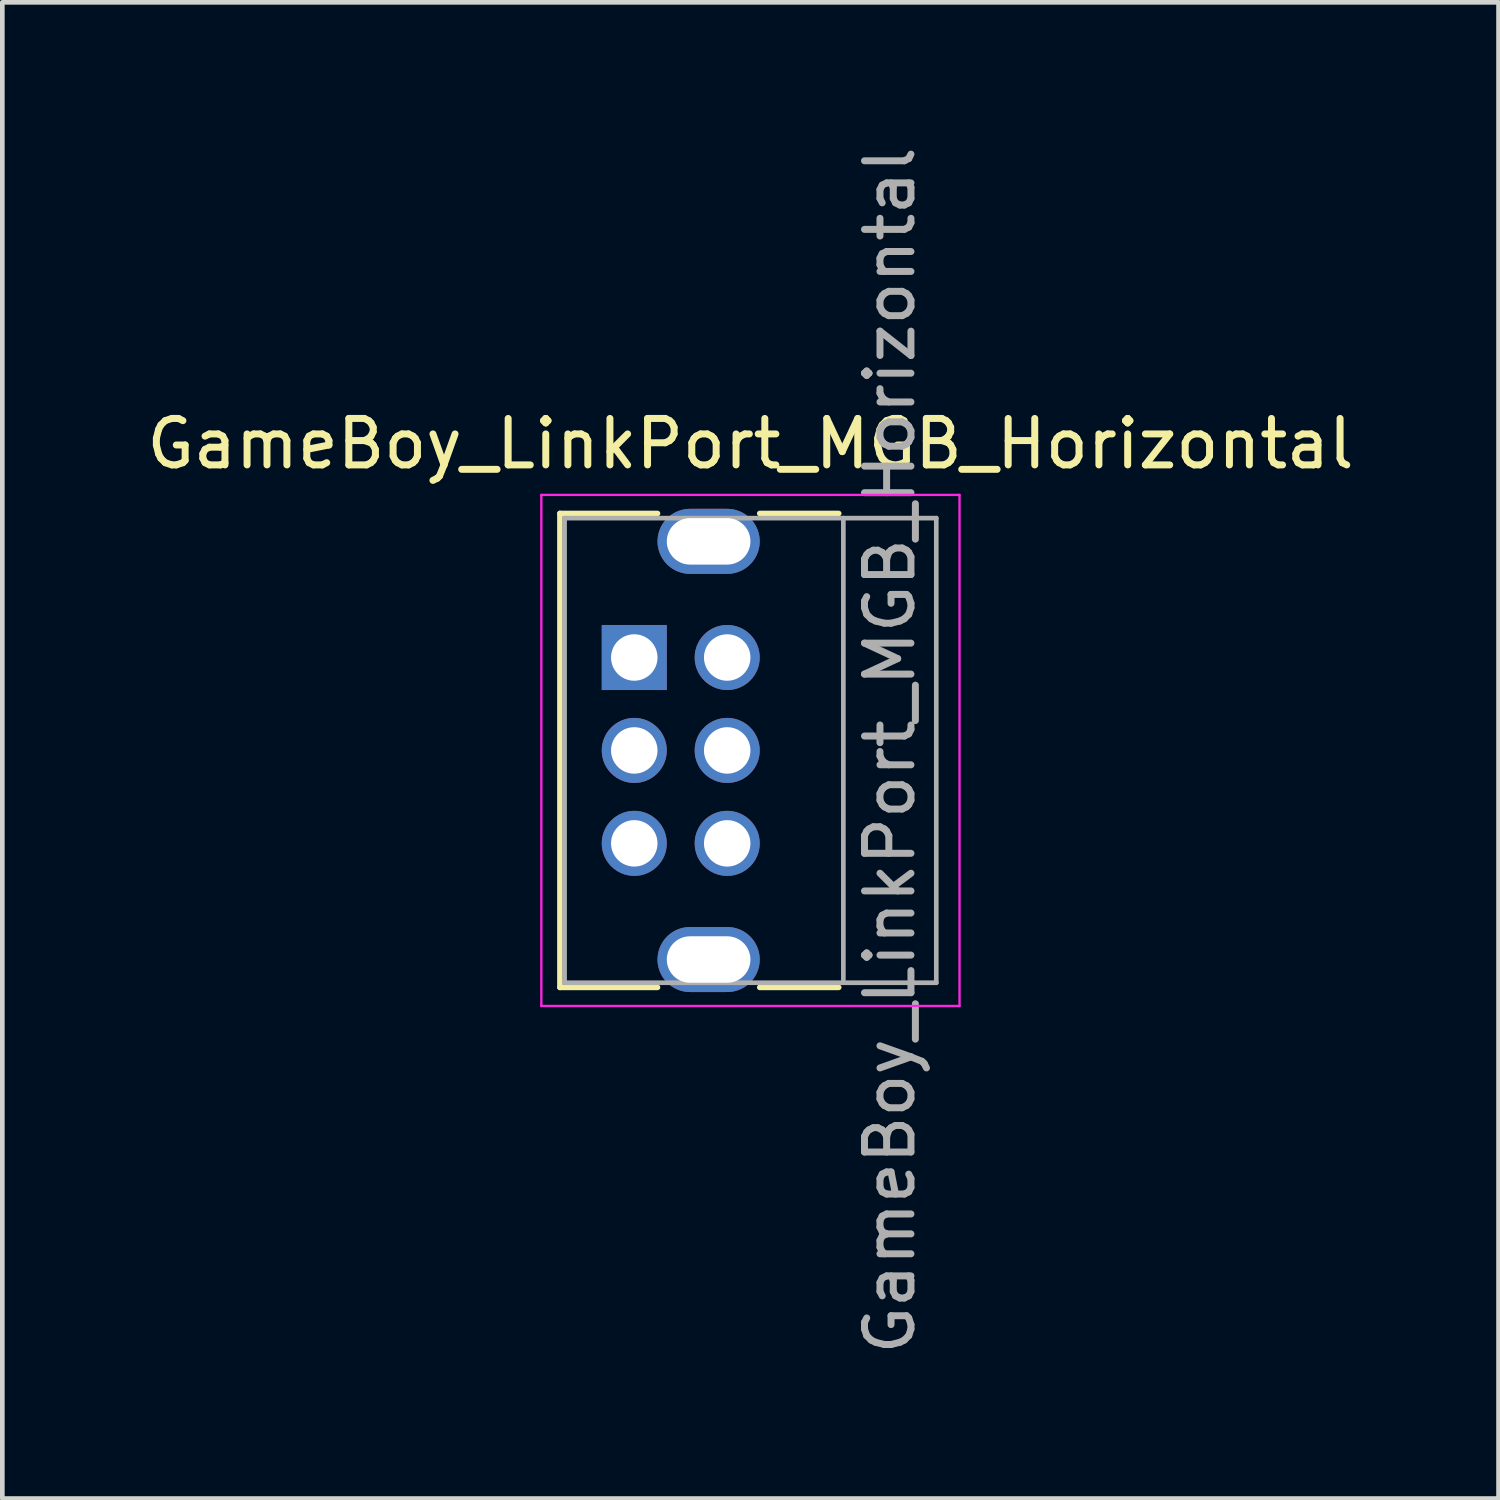
<source format=kicad_pcb>
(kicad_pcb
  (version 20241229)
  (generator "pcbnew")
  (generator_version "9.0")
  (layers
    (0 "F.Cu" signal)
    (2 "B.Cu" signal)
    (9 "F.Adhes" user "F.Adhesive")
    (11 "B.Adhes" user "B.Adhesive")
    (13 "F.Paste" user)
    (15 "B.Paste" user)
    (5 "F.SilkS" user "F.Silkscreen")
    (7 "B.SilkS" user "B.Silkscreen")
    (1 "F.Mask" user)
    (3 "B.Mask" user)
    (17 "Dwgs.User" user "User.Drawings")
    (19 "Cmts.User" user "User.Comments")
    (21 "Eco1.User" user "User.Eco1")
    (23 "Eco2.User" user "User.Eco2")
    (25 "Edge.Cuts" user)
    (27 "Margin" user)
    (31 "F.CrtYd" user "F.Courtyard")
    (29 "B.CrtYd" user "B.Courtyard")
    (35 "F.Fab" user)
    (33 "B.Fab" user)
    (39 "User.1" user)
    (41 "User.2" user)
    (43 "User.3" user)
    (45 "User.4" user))
  (footprint "GameBoy_LinkPort_MGB_Horizontal"
    (layer "F.Cu")
    (at 10.601 11.101)
    (property "Reference" "GameBoy_LinkPort_MGB_Horizontal" (at 2.5 -4.6 0) (layer "F.SilkS") (effects (font (size 1 1) (thickness 0.15))))
    (attr through_hole)
    (fp_line (start -1.6 -3.1) (end -1.6 7.1) (stroke (width 0.12) (type solid)) (layer "F.SilkS"))
    (fp_line (start -1.6 7.1) (end 0.5 7.1) (stroke (width 0.12) (type solid)) (layer "F.SilkS"))
    (fp_line (start 0.5 -3.1) (end -1.6 -3.1) (stroke (width 0.12) (type solid)) (layer "F.SilkS"))
    (fp_line (start 2.7 7.1) (end 4.4 7.1) (stroke (width 0.12) (type solid)) (layer "F.SilkS"))
    (fp_line (start 4.4 -3.1) (end 2.7 -3.1) (stroke (width 0.12) (type solid)) (layer "F.SilkS"))
    (fp_line (start -2 -3.5) (end -2 7.5) (stroke (width 0.05) (type solid)) (layer "F.CrtYd"))
    (fp_line (start 7 -3.5) (end -2 -3.5) (stroke (width 0.05) (type solid)) (layer "F.CrtYd"))
    (fp_line (start 7 -3.5) (end 7 7.5) (stroke (width 0.05) (type solid)) (layer "F.CrtYd"))
    (fp_line (start 7 7.5) (end -2 7.5) (stroke (width 0.05) (type solid)) (layer "F.CrtYd"))
    (fp_line (start -1.5 -3) (end 6.5 -3) (stroke (width 0.1) (type solid)) (layer "F.Fab"))
    (fp_line (start -1.5 7) (end -1.5 -3) (stroke (width 0.1) (type solid)) (layer "F.Fab"))
    (fp_line (start -1.5 7) (end 6.5 7) (stroke (width 0.1) (type solid)) (layer "F.Fab"))
    (fp_line (start 4.5 -3) (end 4.5 7) (stroke (width 0.1) (type solid)) (layer "F.Fab"))
    (fp_line (start 6.5 7) (end 6.5 -3) (stroke (width 0.1) (type solid)) (layer "F.Fab"))
    (fp_text user "${REFERENCE}" (at 5.5 2 90) (layer "F.Fab") (effects (font (size 1 1) (thickness 0.15))))
    (pad "1" thru_hole rect (at 0 0) (size 1.4 1.4) (drill 1) (layers "*.Cu" "*.Mask"))
    (pad "2" thru_hole circle (at 2 0) (size 1.4 1.4) (drill 1) (layers "*.Cu" "*.Mask"))
    (pad "3" thru_hole circle (at 0 2) (size 1.4 1.4) (drill 1) (layers "*.Cu" "*.Mask"))
    (pad "4" thru_hole circle (at 2 2) (size 1.4 1.4) (drill 1) (layers "*.Cu" "*.Mask"))
    (pad "5" thru_hole circle (at 0 4) (size 1.4 1.4) (drill 1) (layers "*.Cu" "*.Mask"))
    (pad "6" thru_hole circle (at 2 4) (size 1.4 1.4) (drill 1) (layers "*.Cu" "*.Mask"))
    (pad "SH" thru_hole oval (at 1.6 -2.5 90) (size 1.4 2.2) (drill oval 1 1.8) (layers "*.Cu" "*.Mask"))
    (pad "SH" thru_hole oval (at 1.6 6.5 90) (size 1.4 2.2) (drill oval 1 1.8) (layers "*.Cu" "*.Mask")))
  (gr_rect
    (start -3 -3)
    (end 29.202 29.202)
    (stroke (width 0.1) (type default))
    (fill no)
    (layer "Edge.Cuts")))
</source>
